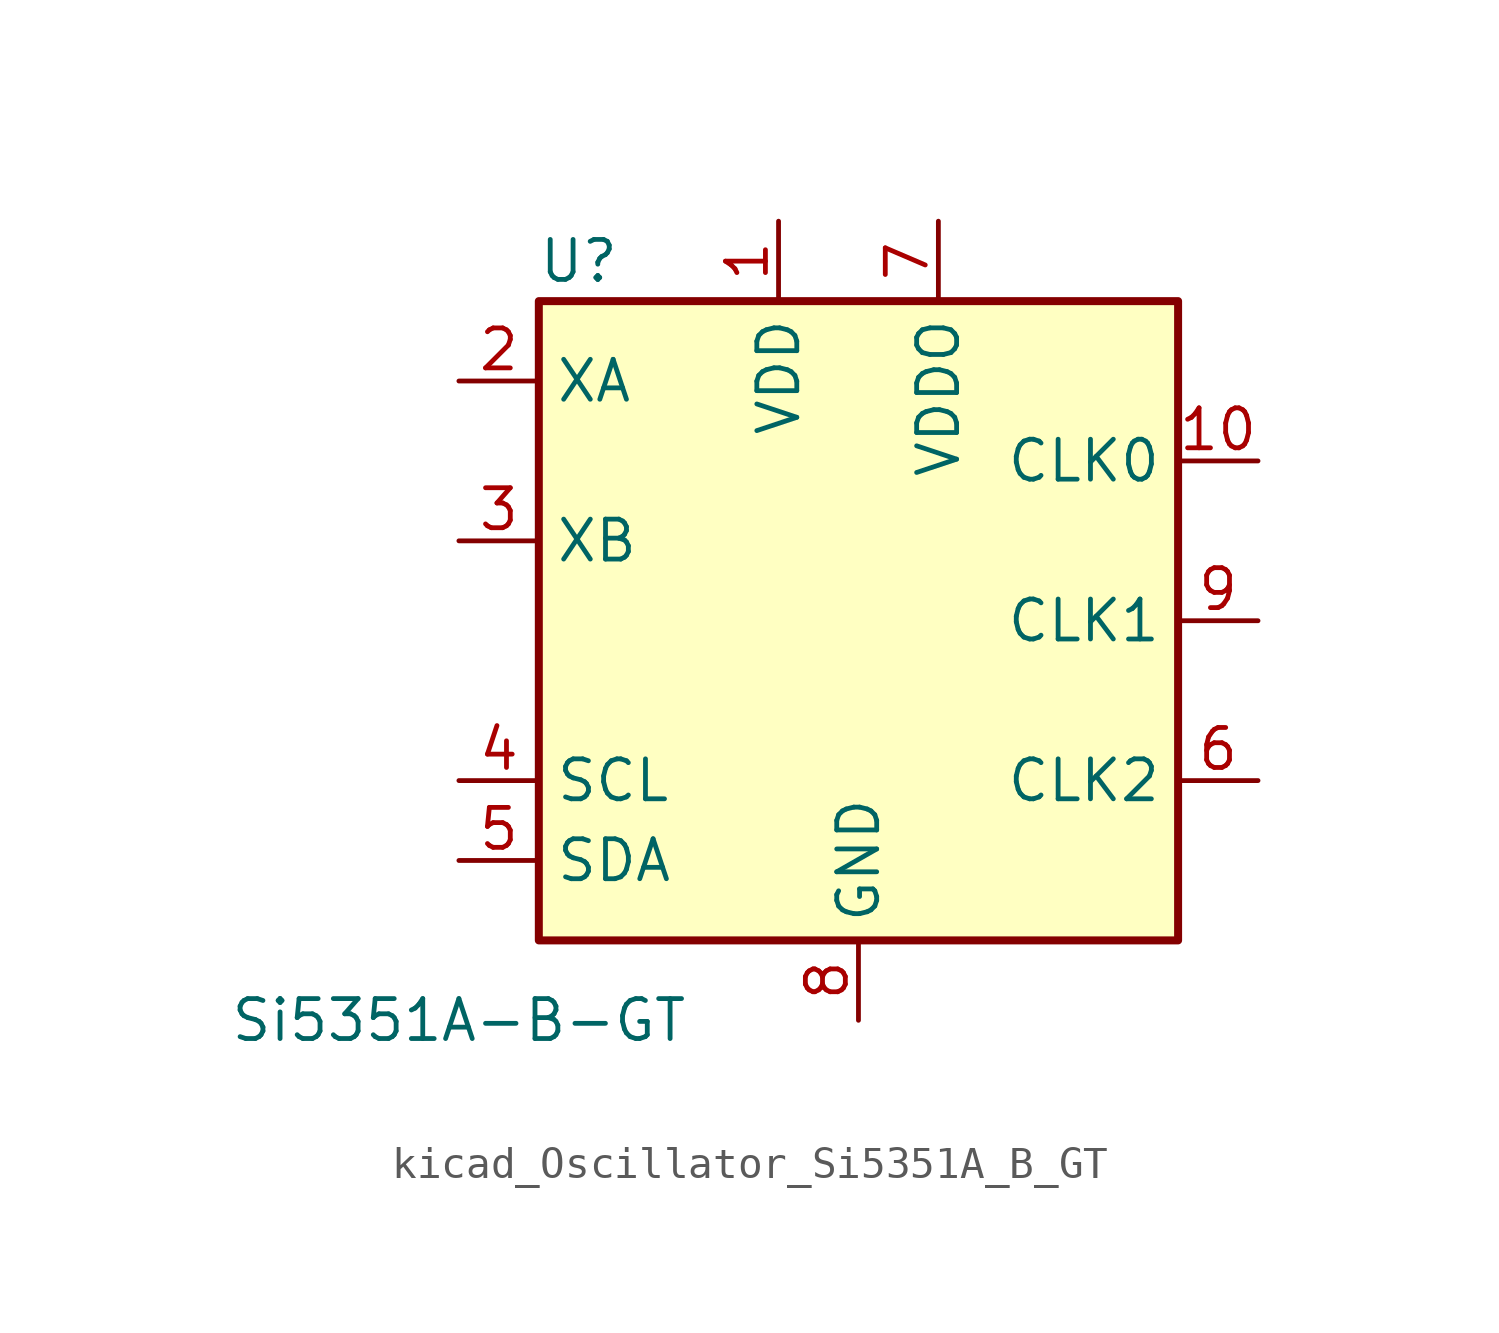
<source format=kicad_sym>
(kicad_symbol_lib
  (version 20220914)
  (generator kicad_symbol_editor)
  (symbol "kicad_Oscillator_Si5351A_B_GT"
    (property "Reference" "U"
      (at -8.89 11.43 0)
      (effects (font (size 1.27 1.27))))
    (property "Value" "Si5351A-B-GT"
      (at -12.7 -12.7 0)
      (effects (font (size 1.27 1.27))))
    (symbol "kicad_Oscillator_Si5351A_B_GT_0_1"
      (rectangle (start -10.16 10.16) (end 10.16 -10.16) (stroke (width 0.254) (type default)) (fill (type background))))
    (symbol "kicad_Oscillator_Si5351A_B_GT_1_1"
      (pin power_in line (at -2.54 12.7 270) (length 2.54) (name "VDD" (effects (font (size 1.27 1.27)))) (number "1" (effects (font (size 1.27 1.27)))))
      (pin output line (at 12.7 5.08 180) (length 2.54) (name "CLK0" (effects (font (size 1.27 1.27)))) (number "10" (effects (font (size 1.27 1.27)))))
      (pin input line (at -12.7 7.62 0) (length 2.54) (name "XA" (effects (font (size 1.27 1.27)))) (number "2" (effects (font (size 1.27 1.27)))))
      (pin input line (at -12.7 2.54 0) (length 2.54) (name "XB" (effects (font (size 1.27 1.27)))) (number "3" (effects (font (size 1.27 1.27)))))
      (pin input line (at -12.7 -5.08 0) (length 2.54) (name "SCL" (effects (font (size 1.27 1.27)))) (number "4" (effects (font (size 1.27 1.27)))))
      (pin bidirectional line (at -12.7 -7.62 0) (length 2.54) (name "SDA" (effects (font (size 1.27 1.27)))) (number "5" (effects (font (size 1.27 1.27)))))
      (pin output line (at 12.7 -5.08 180) (length 2.54) (name "CLK2" (effects (font (size 1.27 1.27)))) (number "6" (effects (font (size 1.27 1.27)))))
      (pin power_in line (at 2.54 12.7 270) (length 2.54) (name "VDDO" (effects (font (size 1.27 1.27)))) (number "7" (effects (font (size 1.27 1.27)))))
      (pin power_in line (at 0 -12.7 90) (length 2.54) (name "GND" (effects (font (size 1.27 1.27)))) (number "8" (effects (font (size 1.27 1.27)))))
      (pin output line (at 12.7 0 180) (length 2.54) (name "CLK1" (effects (font (size 1.27 1.27)))) (number "9" (effects (font (size 1.27 1.27))))))))
</source>
